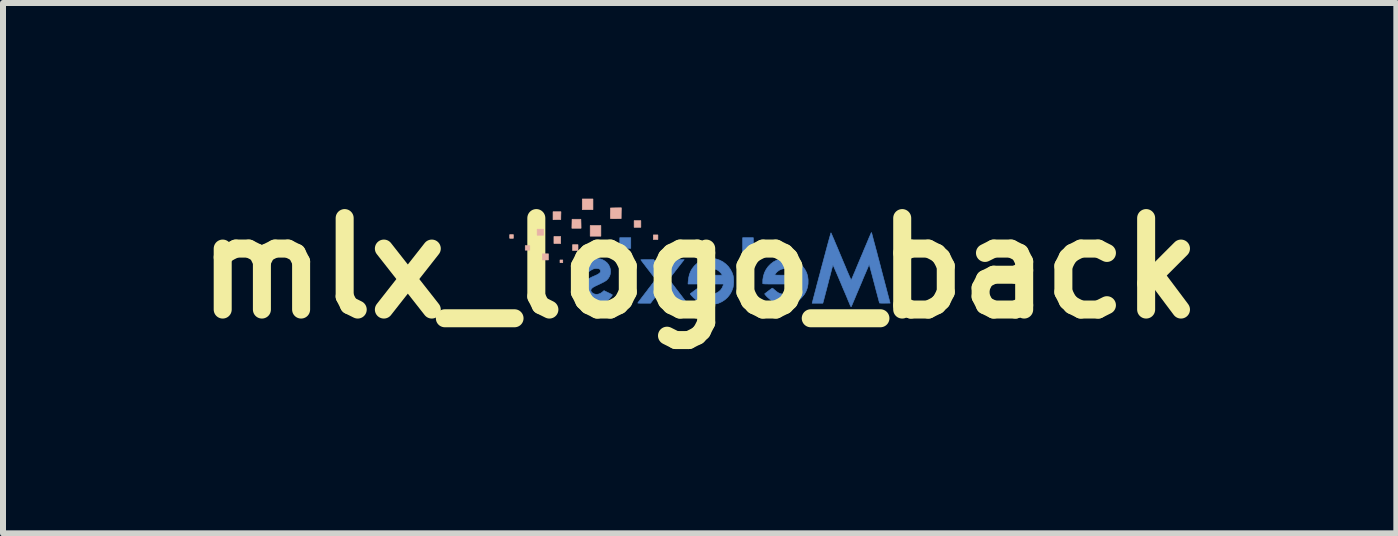
<source format=kicad_pcb>
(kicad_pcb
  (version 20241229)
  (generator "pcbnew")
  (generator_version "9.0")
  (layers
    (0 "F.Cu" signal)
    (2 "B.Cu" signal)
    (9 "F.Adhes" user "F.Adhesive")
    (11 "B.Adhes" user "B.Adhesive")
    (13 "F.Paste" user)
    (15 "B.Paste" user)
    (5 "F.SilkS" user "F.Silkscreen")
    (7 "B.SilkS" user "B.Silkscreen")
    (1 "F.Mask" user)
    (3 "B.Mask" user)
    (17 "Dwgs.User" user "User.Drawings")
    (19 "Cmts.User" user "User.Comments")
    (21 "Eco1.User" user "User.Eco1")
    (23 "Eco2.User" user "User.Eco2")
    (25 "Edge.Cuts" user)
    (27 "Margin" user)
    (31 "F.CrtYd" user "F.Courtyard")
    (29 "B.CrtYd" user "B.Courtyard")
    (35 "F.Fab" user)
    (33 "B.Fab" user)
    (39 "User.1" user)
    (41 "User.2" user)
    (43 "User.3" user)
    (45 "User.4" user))
  (footprint "mlx_logo_back"
    (layer "F.Cu")
    (at 8.607 1.418)
    (property "Reference" "mlx_logo_back" (at 0 0 0) (layer "F.SilkS") (effects (font (size 1.524 1.524) (thickness 0.3))))
    (attr through_hole)
    (fp_poly (pts (xy -1.148 -0.33) (xy -1.331 -0.33) (xy -1.331 -0.508) (xy -1.148 -0.508) (xy -1.148 -0.33)) (stroke (width 0.01) (type solid)) (fill yes) (layer "B.Cu"))
    (fp_poly (pts (xy -1.148 0.584) (xy -1.331 0.584) (xy -1.331 -0.142) (xy -1.148 -0.142) (xy -1.148 0.584)) (stroke (width 0.01) (type solid)) (fill yes) (layer "B.Cu"))
    (fp_poly (pts (xy 0.894 0.584) (xy 0.716 0.584) (xy 0.716 -0.508) (xy 0.894 -0.508) (xy 0.894 0.584)) (stroke (width 0.01) (type solid)) (fill yes) (layer "B.Cu"))
    (fp_poly (pts (xy 0.226 -0.161) (xy 0.247 -0.159) (xy 0.27 -0.154) (xy 0.276 -0.153) (xy 0.333 -0.134) (xy 0.386 -0.107) (xy 0.434 -0.071) (xy 0.477 -0.029) (xy 0.512 0.02) (xy 0.54 0.073) (xy 0.557 0.122) (xy 0.563 0.153) (xy 0.566 0.19) (xy 0.567 0.231) (xy 0.564 0.271) (xy 0.559 0.307) (xy 0.555 0.327) (xy 0.533 0.385) (xy 0.503 0.438) (xy 0.466 0.485) (xy 0.422 0.525) (xy 0.372 0.558) (xy 0.317 0.583) (xy 0.287 0.592) (xy 0.258 0.597) (xy 0.223 0.601) (xy 0.185 0.602) (xy 0.148 0.602) (xy 0.116 0.599) (xy 0.107 0.597) (xy 0.05 0.582) (xy -0.004 0.559) (xy -0.055 0.53) (xy -0.099 0.495) (xy -0.137 0.456) (xy -0.147 0.443) (xy -0.158 0.427) (xy -0.098 0.382) (xy -0.076 0.366) (xy -0.057 0.352) (xy -0.042 0.341) (xy -0.033 0.334) (xy -0.032 0.333) (xy -0.024 0.335) (xy -0.011 0.344) (xy 0.008 0.362) (xy 0.008 0.362) (xy 0.045 0.394) (xy 0.085 0.417) (xy 0.128 0.43) (xy 0.145 0.433) (xy 0.191 0.436) (xy 0.235 0.429) (xy 0.277 0.415) (xy 0.314 0.394) (xy 0.346 0.367) (xy 0.37 0.334) (xy 0.376 0.324) (xy 0.384 0.305) (xy 0.391 0.289) (xy 0.394 0.278) (xy 0.397 0.264) (xy -0.194 0.264) (xy -0.191 0.22) (xy -0.183 0.157) (xy -0.172 0.112) (xy 0.01 0.112) (xy 0.015 0.113) (xy 0.029 0.114) (xy 0.052 0.115) (xy 0.082 0.116) (xy 0.118 0.116) (xy 0.16 0.117) (xy 0.193 0.117) (xy 0.376 0.117) (xy 0.369 0.102) (xy 0.357 0.085) (xy 0.339 0.066) (xy 0.318 0.047) (xy 0.298 0.033) (xy 0.29 0.028) (xy 0.249 0.013) (xy 0.206 0.006) (xy 0.162 0.008) (xy 0.12 0.018) (xy 0.082 0.036) (xy 0.078 0.038) (xy 0.064 0.049) (xy 0.048 0.063) (xy 0.033 0.079) (xy 0.02 0.094) (xy 0.012 0.106) (xy 0.01 0.112) (xy -0.172 0.112) (xy -0.17 0.103) (xy -0.151 0.054) (xy -0.126 0.009) (xy -0.093 -0.033) (xy -0.076 -0.051) (xy -0.031 -0.091) (xy 0.017 -0.122) (xy 0.068 -0.143) (xy 0.124 -0.157) (xy 0.173 -0.161) (xy 0.203 -0.162) (xy 0.226 -0.161)) (stroke (width 0.01) (type solid)) (fill yes) (layer "B.Cu"))
    (fp_poly (pts (xy -1.685 -0.158) (xy -1.655 -0.154) (xy -1.628 -0.146) (xy -1.601 -0.132) (xy -1.575 -0.116) (xy -1.542 -0.089) (xy -1.516 -0.056) (xy -1.498 -0.019) (xy -1.487 0.02) (xy -1.484 0.06) (xy -1.489 0.099) (xy -1.502 0.137) (xy -1.523 0.171) (xy -1.546 0.196) (xy -1.554 0.203) (xy -1.564 0.21) (xy -1.575 0.217) (xy -1.59 0.226) (xy -1.609 0.236) (xy -1.633 0.248) (xy -1.663 0.263) (xy -1.701 0.281) (xy -1.741 0.3) (xy -1.774 0.318) (xy -1.797 0.337) (xy -1.81 0.355) (xy -1.813 0.374) (xy -1.806 0.392) (xy -1.794 0.406) (xy -1.769 0.425) (xy -1.74 0.434) (xy -1.709 0.436) (xy -1.676 0.429) (xy -1.644 0.414) (xy -1.618 0.395) (xy -1.594 0.374) (xy -1.527 0.407) (xy -1.503 0.418) (xy -1.482 0.429) (xy -1.467 0.437) (xy -1.457 0.442) (xy -1.456 0.443) (xy -1.456 0.449) (xy -1.462 0.46) (xy -1.473 0.475) (xy -1.488 0.493) (xy -1.505 0.511) (xy -1.518 0.524) (xy -1.56 0.557) (xy -1.606 0.581) (xy -1.656 0.597) (xy -1.706 0.604) (xy -1.757 0.601) (xy -1.78 0.596) (xy -1.822 0.582) (xy -1.863 0.559) (xy -1.9 0.53) (xy -1.931 0.497) (xy -1.953 0.461) (xy -1.967 0.421) (xy -1.974 0.38) (xy -1.973 0.339) (xy -1.972 0.336) (xy -1.962 0.298) (xy -1.945 0.264) (xy -1.92 0.232) (xy -1.888 0.203) (xy -1.847 0.175) (xy -1.797 0.148) (xy -1.76 0.132) (xy -1.722 0.115) (xy -1.693 0.1) (xy -1.673 0.086) (xy -1.659 0.073) (xy -1.653 0.059) (xy -1.651 0.049) (xy -1.654 0.031) (xy -1.664 0.018) (xy -1.681 0.009) (xy -1.707 0.006) (xy -1.723 0.005) (xy -1.745 0.006) (xy -1.766 0.011) (xy -1.787 0.02) (xy -1.813 0.035) (xy -1.822 0.041) (xy -1.854 0.062) (xy -1.905 0.017) (xy -1.925 -0.000351) (xy -1.943 -0.016) (xy -1.958 -0.028) (xy -1.966 -0.035) (xy -1.967 -0.036) (xy -1.972 -0.04) (xy -1.973 -0.045) (xy -1.969 -0.05) (xy -1.959 -0.059) (xy -1.945 -0.07) (xy -1.909 -0.096) (xy -1.87 -0.12) (xy -1.832 -0.14) (xy -1.811 -0.149) (xy -1.795 -0.154) (xy -1.779 -0.157) (xy -1.76 -0.159) (xy -1.735 -0.16) (xy -1.722 -0.16) (xy -1.685 -0.158)) (stroke (width 0.01) (type solid)) (fill yes) (layer "B.Cu"))
    (fp_poly (pts (xy -0.273 -0.123) (xy -0.322 -0.061) (xy -0.365 -0.006) (xy -0.402 0.042) (xy -0.433 0.082) (xy -0.459 0.116) (xy -0.479 0.143) (xy -0.494 0.163) (xy -0.504 0.178) (xy -0.509 0.187) (xy -0.51 0.19) (xy -0.506 0.195) (xy -0.497 0.207) (xy -0.482 0.226) (xy -0.464 0.25) (xy -0.442 0.279) (xy -0.416 0.313) (xy -0.389 0.349) (xy -0.361 0.385) (xy -0.332 0.423) (xy -0.304 0.459) (xy -0.279 0.492) (xy -0.257 0.521) (xy -0.239 0.545) (xy -0.226 0.563) (xy -0.217 0.575) (xy -0.214 0.579) (xy -0.219 0.581) (xy -0.232 0.582) (xy -0.255 0.583) (xy -0.285 0.584) (xy -0.319 0.584) (xy -0.425 0.584) (xy -0.519 0.464) (xy -0.542 0.433) (xy -0.564 0.405) (xy -0.583 0.38) (xy -0.599 0.36) (xy -0.61 0.346) (xy -0.617 0.337) (xy -0.617 0.336) (xy -0.62 0.336) (xy -0.626 0.34) (xy -0.635 0.349) (xy -0.647 0.364) (xy -0.664 0.385) (xy -0.686 0.412) (xy -0.713 0.447) (xy -0.721 0.457) (xy -0.819 0.584) (xy -0.925 0.584) (xy -0.957 0.584) (xy -0.985 0.584) (xy -1.007 0.583) (xy -1.023 0.582) (xy -1.031 0.581) (xy -1.031 0.58) (xy -1.028 0.576) (xy -1.02 0.564) (xy -1.006 0.545) (xy -0.988 0.521) (xy -0.966 0.492) (xy -0.941 0.46) (xy -0.913 0.423) (xy -0.883 0.385) (xy -0.881 0.382) (xy -0.847 0.336) (xy -0.818 0.299) (xy -0.794 0.267) (xy -0.775 0.242) (xy -0.761 0.222) (xy -0.75 0.207) (xy -0.743 0.196) (xy -0.739 0.188) (xy -0.737 0.182) (xy -0.738 0.179) (xy -0.738 0.178) (xy -0.742 0.172) (xy -0.752 0.159) (xy -0.767 0.14) (xy -0.786 0.116) (xy -0.808 0.087) (xy -0.832 0.055) (xy -0.859 0.021) (xy -0.862 0.017) (xy -0.889 -0.018) (xy -0.913 -0.05) (xy -0.935 -0.078) (xy -0.953 -0.102) (xy -0.967 -0.121) (xy -0.976 -0.133) (xy -0.98 -0.139) (xy -0.98 -0.139) (xy -0.976 -0.14) (xy -0.962 -0.141) (xy -0.941 -0.141) (xy -0.915 -0.142) (xy -0.884 -0.142) (xy -0.872 -0.142) (xy -0.765 -0.142) (xy -0.696 -0.051) (xy -0.676 -0.025) (xy -0.658 -0.001) (xy -0.643 0.018) (xy -0.632 0.032) (xy -0.626 0.039) (xy -0.625 0.04) (xy -0.621 0.037) (xy -0.612 0.026) (xy -0.599 0.009) (xy -0.582 -0.012) (xy -0.562 -0.036) (xy -0.551 -0.051) (xy -0.48 -0.142) (xy -0.369 -0.142) (xy -0.258 -0.142) (xy -0.273 -0.123)) (stroke (width 0.01) (type solid)) (fill yes) (layer "B.Cu"))
    (fp_poly (pts (xy 1.498 -0.157) (xy 1.506 -0.156) (xy 1.56 -0.14) (xy 1.613 -0.115) (xy 1.661 -0.082) (xy 1.704 -0.043) (xy 1.723 -0.021) (xy 1.757 0.027) (xy 1.782 0.076) (xy 1.798 0.127) (xy 1.806 0.183) (xy 1.807 0.198) (xy 1.806 0.262) (xy 1.796 0.322) (xy 1.776 0.378) (xy 1.748 0.43) (xy 1.709 0.479) (xy 1.694 0.496) (xy 1.672 0.517) (xy 1.653 0.533) (xy 1.633 0.546) (xy 1.609 0.559) (xy 1.605 0.561) (xy 1.581 0.572) (xy 1.557 0.582) (xy 1.535 0.589) (xy 1.527 0.592) (xy 1.497 0.598) (xy 1.461 0.601) (xy 1.423 0.602) (xy 1.385 0.601) (xy 1.353 0.598) (xy 1.345 0.597) (xy 1.282 0.58) (xy 1.223 0.554) (xy 1.201 0.541) (xy 1.177 0.524) (xy 1.152 0.503) (xy 1.126 0.48) (xy 1.105 0.458) (xy 1.092 0.442) (xy 1.082 0.428) (xy 1.142 0.382) (xy 1.163 0.366) (xy 1.182 0.352) (xy 1.197 0.341) (xy 1.206 0.334) (xy 1.208 0.333) (xy 1.215 0.335) (xy 1.228 0.344) (xy 1.247 0.361) (xy 1.252 0.365) (xy 1.285 0.393) (xy 1.316 0.413) (xy 1.351 0.426) (xy 1.385 0.434) (xy 1.433 0.436) (xy 1.478 0.429) (xy 1.521 0.414) (xy 1.558 0.391) (xy 1.59 0.361) (xy 1.615 0.324) (xy 1.618 0.319) (xy 1.624 0.308) (xy 1.629 0.298) (xy 1.633 0.289) (xy 1.635 0.283) (xy 1.635 0.277) (xy 1.631 0.273) (xy 1.622 0.27) (xy 1.609 0.267) (xy 1.591 0.266) (xy 1.566 0.265) (xy 1.534 0.264) (xy 1.495 0.264) (xy 1.447 0.264) (xy 1.391 0.264) (xy 1.344 0.264) (xy 1.282 0.264) (xy 1.229 0.264) (xy 1.185 0.264) (xy 1.149 0.264) (xy 1.12 0.263) (xy 1.098 0.263) (xy 1.081 0.262) (xy 1.068 0.261) (xy 1.06 0.26) (xy 1.055 0.259) (xy 1.052 0.258) (xy 1.051 0.256) (xy 1.051 0.255) (xy 1.052 0.192) (xy 1.062 0.132) (xy 1.068 0.113) (xy 1.25 0.113) (xy 1.255 0.114) (xy 1.268 0.115) (xy 1.29 0.116) (xy 1.319 0.116) (xy 1.353 0.117) (xy 1.392 0.117) (xy 1.433 0.117) (xy 1.475 0.117) (xy 1.513 0.117) (xy 1.547 0.116) (xy 1.576 0.116) (xy 1.597 0.115) (xy 1.611 0.114) (xy 1.615 0.114) (xy 1.612 0.107) (xy 1.604 0.095) (xy 1.593 0.08) (xy 1.58 0.066) (xy 1.569 0.054) (xy 1.563 0.05) (xy 1.525 0.026) (xy 1.484 0.012) (xy 1.442 0.006) (xy 1.4 0.008) (xy 1.36 0.018) (xy 1.322 0.036) (xy 1.289 0.062) (xy 1.27 0.083) (xy 1.26 0.097) (xy 1.252 0.108) (xy 1.25 0.113) (xy 1.068 0.113) (xy 1.08 0.074) (xy 1.107 0.021) (xy 1.141 -0.027) (xy 1.183 -0.07) (xy 1.23 -0.106) (xy 1.284 -0.134) (xy 1.313 -0.145) (xy 1.356 -0.156) (xy 1.403 -0.161) (xy 1.452 -0.162) (xy 1.498 -0.157)) (stroke (width 0.01) (type solid)) (fill yes) (layer "B.Cu"))
    (fp_poly (pts (xy 2.863 -0.593) (xy 2.863 -0.593) (xy 2.865 -0.588) (xy 2.869 -0.574) (xy 2.875 -0.551) (xy 2.883 -0.52) (xy 2.893 -0.481) (xy 2.905 -0.436) (xy 2.919 -0.385) (xy 2.934 -0.328) (xy 2.951 -0.266) (xy 2.968 -0.199) (xy 2.987 -0.129) (xy 3.006 -0.056) (xy 3.019 -0.004) (xy 3.173 0.582) (xy 3.087 0.583) (xy 3.058 0.583) (xy 3.033 0.583) (xy 3.013 0.582) (xy 3.001 0.581) (xy 2.997 0.581) (xy 2.995 0.575) (xy 2.991 0.561) (xy 2.985 0.538) (xy 2.977 0.508) (xy 2.967 0.471) (xy 2.956 0.429) (xy 2.943 0.382) (xy 2.93 0.331) (xy 2.916 0.277) (xy 2.911 0.258) (xy 2.896 0.203) (xy 2.883 0.151) (xy 2.87 0.103) (xy 2.858 0.059) (xy 2.848 0.021) (xy 2.839 -0.011) (xy 2.833 -0.035) (xy 2.828 -0.052) (xy 2.825 -0.06) (xy 2.825 -0.061) (xy 2.822 -0.056) (xy 2.816 -0.043) (xy 2.807 -0.022) (xy 2.795 0.006) (xy 2.78 0.041) (xy 2.763 0.082) (xy 2.743 0.127) (xy 2.722 0.177) (xy 2.7 0.231) (xy 2.676 0.287) (xy 2.675 0.29) (xy 2.651 0.346) (xy 2.628 0.4) (xy 2.607 0.45) (xy 2.588 0.496) (xy 2.57 0.538) (xy 2.555 0.573) (xy 2.543 0.602) (xy 2.533 0.624) (xy 2.527 0.638) (xy 2.524 0.643) (xy 2.524 0.643) (xy 2.52 0.64) (xy 2.514 0.631) (xy 2.511 0.624) (xy 2.507 0.615) (xy 2.5 0.599) (xy 2.49 0.574) (xy 2.476 0.543) (xy 2.461 0.505) (xy 2.443 0.462) (xy 2.423 0.415) (xy 2.401 0.364) (xy 2.378 0.31) (xy 2.362 0.271) (xy 2.331 0.198) (xy 2.304 0.135) (xy 2.281 0.081) (xy 2.261 0.036) (xy 2.246 0.000427) (xy 2.234 -0.026) (xy 2.225 -0.043) (xy 2.22 -0.051) (xy 2.219 -0.052) (xy 2.217 -0.045) (xy 2.213 -0.03) (xy 2.207 -0.007) (xy 2.198 0.024) (xy 2.189 0.061) (xy 2.178 0.103) (xy 2.166 0.15) (xy 2.152 0.201) (xy 2.139 0.254) (xy 2.139 0.254) (xy 2.125 0.308) (xy 2.112 0.359) (xy 2.099 0.406) (xy 2.088 0.45) (xy 2.078 0.487) (xy 2.07 0.519) (xy 2.063 0.544) (xy 2.059 0.56) (xy 2.057 0.568) (xy 2.052 0.584) (xy 1.874 0.584) (xy 1.877 0.573) (xy 1.886 0.538) (xy 1.896 0.497) (xy 1.909 0.451) (xy 1.922 0.399) (xy 1.937 0.343) (xy 1.952 0.283) (xy 1.969 0.221) (xy 1.986 0.156) (xy 2.004 0.09) (xy 2.021 0.023) (xy 2.039 -0.044) (xy 2.057 -0.11) (xy 2.074 -0.175) (xy 2.091 -0.238) (xy 2.107 -0.298) (xy 2.122 -0.354) (xy 2.136 -0.406) (xy 2.149 -0.453) (xy 2.16 -0.494) (xy 2.17 -0.529) (xy 2.178 -0.556) (xy 2.183 -0.576) (xy 2.187 -0.587) (xy 2.187 -0.589) (xy 2.19 -0.585) (xy 2.196 -0.571) (xy 2.206 -0.549) (xy 2.218 -0.52) (xy 2.234 -0.485) (xy 2.251 -0.443) (xy 2.271 -0.396) (xy 2.293 -0.345) (xy 2.316 -0.29) (xy 2.34 -0.232) (xy 2.357 -0.192) (xy 2.382 -0.132) (xy 2.406 -0.075) (xy 2.429 -0.022) (xy 2.449 0.028) (xy 2.468 0.072) (xy 2.485 0.111) (xy 2.499 0.144) (xy 2.511 0.17) (xy 2.519 0.188) (xy 2.524 0.198) (xy 2.525 0.199) (xy 2.527 0.194) (xy 2.533 0.18) (xy 2.543 0.159) (xy 2.555 0.13) (xy 2.57 0.094) (xy 2.588 0.053) (xy 2.607 0.006) (xy 2.628 -0.044) (xy 2.651 -0.099) (xy 2.675 -0.156) (xy 2.682 -0.173) (xy 2.713 -0.245) (xy 2.739 -0.309) (xy 2.763 -0.365) (xy 2.783 -0.412) (xy 2.8 -0.453) (xy 2.814 -0.487) (xy 2.826 -0.516) (xy 2.836 -0.538) (xy 2.844 -0.556) (xy 2.85 -0.57) (xy 2.854 -0.58) (xy 2.857 -0.587) (xy 2.86 -0.591) (xy 2.861 -0.593) (xy 2.862 -0.594) (xy 2.863 -0.593)) (stroke (width 0.01) (type solid)) (fill yes) (layer "B.Cu"))
    (fp_poly (pts (xy -3.104 -0.498) (xy -3.165 -0.498) (xy -3.165 -0.559) (xy -3.104 -0.559) (xy -3.104 -0.498)) (stroke (width 0.01) (type solid)) (fill yes) (layer "B.SilkS"))
    (fp_poly (pts (xy -2.83 -0.3) (xy -2.906 -0.3) (xy -2.906 -0.376) (xy -2.83 -0.376) (xy -2.83 -0.3)) (stroke (width 0.01) (type solid)) (fill yes) (layer "B.SilkS"))
    (fp_poly (pts (xy -2.601 -0.549) (xy -2.708 -0.549) (xy -2.708 -0.65) (xy -2.601 -0.65) (xy -2.601 -0.549)) (stroke (width 0.01) (type solid)) (fill yes) (layer "B.SilkS"))
    (fp_poly (pts (xy -2.52 -0.137) (xy -2.621 -0.137) (xy -2.621 -0.239) (xy -2.52 -0.239) (xy -2.52 -0.137)) (stroke (width 0.01) (type solid)) (fill yes) (layer "B.SilkS"))
    (fp_poly (pts (xy -2.316 -0.411) (xy -2.428 -0.411) (xy -2.428 -0.528) (xy -2.316 -0.528) (xy -2.316 -0.411)) (stroke (width 0.01) (type solid)) (fill yes) (layer "B.SilkS"))
    (fp_poly (pts (xy -2.281 -0.091) (xy -2.327 -0.091) (xy -2.327 -0.137) (xy -2.281 -0.137) (xy -2.281 -0.091)) (stroke (width 0.01) (type solid)) (fill yes) (layer "B.SilkS"))
    (fp_poly (pts (xy -2.027 -0.295) (xy -2.118 -0.295) (xy -2.118 -0.391) (xy -2.027 -0.391) (xy -2.027 -0.295)) (stroke (width 0.01) (type solid)) (fill yes) (layer "B.SilkS"))
    (fp_poly (pts (xy -1.778 -0.975) (xy -1.956 -0.975) (xy -1.956 -1.153) (xy -1.778 -1.153) (xy -1.778 -0.975)) (stroke (width 0.01) (type solid)) (fill yes) (layer "B.SilkS"))
    (fp_poly (pts (xy -1.646 -0.533) (xy -1.824 -0.533) (xy -1.824 -0.711) (xy -1.646 -0.711) (xy -1.646 -0.533)) (stroke (width 0.01) (type solid)) (fill yes) (layer "B.SilkS"))
    (fp_poly (pts (xy -0.98 -0.681) (xy -1.092 -0.681) (xy -1.092 -0.792) (xy -0.98 -0.792) (xy -0.98 -0.681)) (stroke (width 0.01) (type solid)) (fill yes) (layer "B.SilkS"))
    (fp_poly (pts (xy -0.696 -0.478) (xy -0.772 -0.478) (xy -0.772 -0.554) (xy -0.696 -0.554) (xy -0.696 -0.478)) (stroke (width 0.01) (type solid)) (fill yes) (layer "B.SilkS"))
    (fp_poly (pts (xy -1.977 -0.74) (xy -1.976 -0.665) (xy -2.129 -0.665) (xy -2.126 -0.815) (xy -1.979 -0.815) (xy -1.977 -0.74)) (stroke (width 0.01) (type solid)) (fill yes) (layer "B.SilkS"))
    (fp_poly (pts (xy -2.313 -0.875) (xy -2.314 -0.81) (xy -2.379 -0.809) (xy -2.443 -0.807) (xy -2.443 -0.94) (xy -2.311 -0.94) (xy -2.313 -0.875)) (stroke (width 0.01) (type solid)) (fill yes) (layer "B.SilkS"))
    (fp_poly (pts (xy -1.307 -0.916) (xy -1.308 -0.826) (xy -1.396 -0.824) (xy -1.429 -0.824) (xy -1.454 -0.824) (xy -1.47 -0.825) (xy -1.481 -0.826) (xy -1.485 -0.828) (xy -1.486 -0.829) (xy -1.487 -0.837) (xy -1.487 -0.852) (xy -1.488 -0.874) (xy -1.488 -0.9) (xy -1.487 -0.92) (xy -1.486 -1.003) (xy -1.396 -1.005) (xy -1.305 -1.006) (xy -1.307 -0.916)) (stroke (width 0.01) (type solid)) (fill yes) (layer "B.SilkS")))
  (gr_rect
    (start -3 -3)
    (end 20.214 5.836)
    (stroke (width 0.1) (type default))
    (fill no)
    (layer "Edge.Cuts")))
</source>
